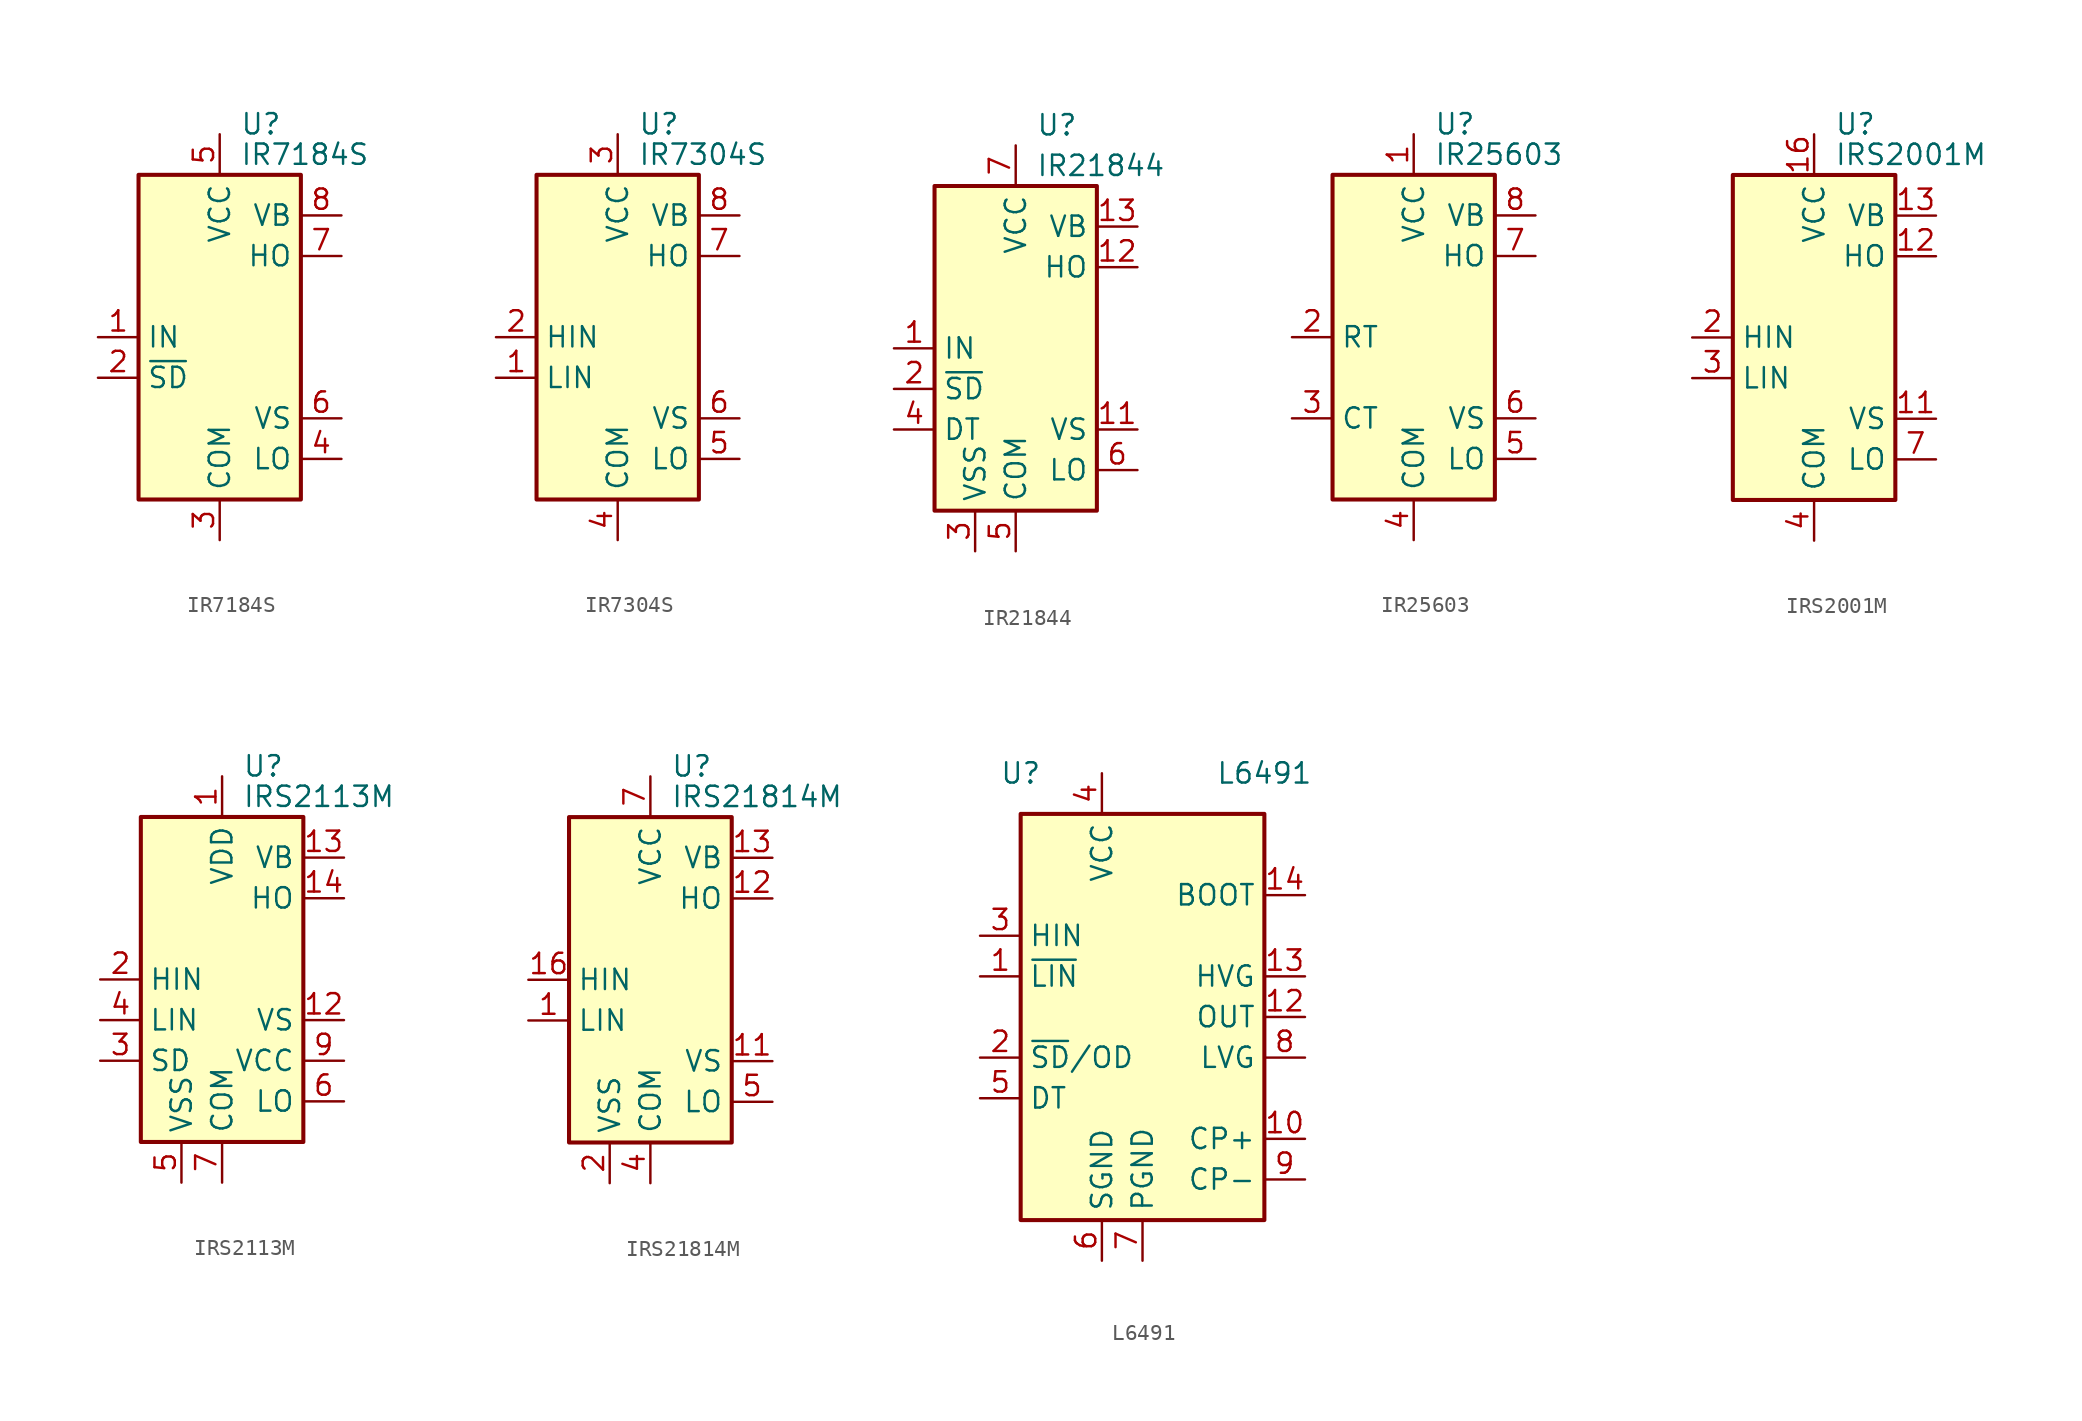
<source format=kicad_sym>
(kicad_symbol_lib
  (version 20211014)
  (generator kicad_symbol_editor)
  (symbol "IR7184S"
    (property "Reference" "U"
      (at 1.27 13.335 0)
      (effects (font (size 1.27 1.27)) (justify left)))
    (property "Value" "IR7184S"
      (at 1.27 11.43 0)
      (effects (font (size 1.27 1.27)) (justify left)))
    (symbol "IR7184S_0_1"
      (rectangle (start -5.08 -10.16) (end 5.08 10.16) (stroke (width 0.254) (type default) (color 0 0 0 0)) (fill (type background))))
    (symbol "IR7184S_1_1"
      (pin input line (at -7.62 0 0) (length 2.54) (name "IN" (effects (font (size 1.27 1.27)))) (number "1" (effects (font (size 1.27 1.27)))))
      (pin input line (at -7.62 -2.54 0) (length 2.54) (name "~{SD}" (effects (font (size 1.27 1.27)))) (number "2" (effects (font (size 1.27 1.27)))))
      (pin power_in line (at 0 -12.7 90) (length 2.54) (name "COM" (effects (font (size 1.27 1.27)))) (number "3" (effects (font (size 1.27 1.27)))))
      (pin output line (at 7.62 -7.62 180) (length 2.54) (name "LO" (effects (font (size 1.27 1.27)))) (number "4" (effects (font (size 1.27 1.27)))))
      (pin power_in line (at 0 12.7 270) (length 2.54) (name "VCC" (effects (font (size 1.27 1.27)))) (number "5" (effects (font (size 1.27 1.27)))))
      (pin passive line (at 7.62 -5.08 180) (length 2.54) (name "VS" (effects (font (size 1.27 1.27)))) (number "6" (effects (font (size 1.27 1.27)))))
      (pin output line (at 7.62 5.08 180) (length 2.54) (name "HO" (effects (font (size 1.27 1.27)))) (number "7" (effects (font (size 1.27 1.27)))))
      (pin passive line (at 7.62 7.62 180) (length 2.54) (name "VB" (effects (font (size 1.27 1.27)))) (number "8" (effects (font (size 1.27 1.27)))))))
  (symbol "IR7304S"
    (property "Reference" "U"
      (at 1.27 13.335 0)
      (effects (font (size 1.27 1.27)) (justify left)))
    (property "Value" "IR7304S"
      (at 1.27 11.43 0)
      (effects (font (size 1.27 1.27)) (justify left)))
    (symbol "IR7304S_0_1"
      (rectangle (start -5.08 -10.16) (end 5.08 10.16) (stroke (width 0.254) (type default) (color 0 0 0 0)) (fill (type background))))
    (symbol "IR7304S_1_1"
      (pin input line (at -7.62 -2.54 0) (length 2.54) (name "LIN" (effects (font (size 1.27 1.27)))) (number "1" (effects (font (size 1.27 1.27)))))
      (pin input line (at -7.62 0 0) (length 2.54) (name "HIN" (effects (font (size 1.27 1.27)))) (number "2" (effects (font (size 1.27 1.27)))))
      (pin power_in line (at 0 12.7 270) (length 2.54) (name "VCC" (effects (font (size 1.27 1.27)))) (number "3" (effects (font (size 1.27 1.27)))))
      (pin power_in line (at 0 -12.7 90) (length 2.54) (name "COM" (effects (font (size 1.27 1.27)))) (number "4" (effects (font (size 1.27 1.27)))))
      (pin output line (at 7.62 -7.62 180) (length 2.54) (name "LO" (effects (font (size 1.27 1.27)))) (number "5" (effects (font (size 1.27 1.27)))))
      (pin passive line (at 7.62 -5.08 180) (length 2.54) (name "VS" (effects (font (size 1.27 1.27)))) (number "6" (effects (font (size 1.27 1.27)))))
      (pin output line (at 7.62 5.08 180) (length 2.54) (name "HO" (effects (font (size 1.27 1.27)))) (number "7" (effects (font (size 1.27 1.27)))))
      (pin passive line (at 7.62 7.62 180) (length 2.54) (name "VB" (effects (font (size 1.27 1.27)))) (number "8" (effects (font (size 1.27 1.27)))))))
  (symbol "IR21844"
    (property "Reference" "U"
      (at 1.27 13.97 0)
      (effects (font (size 1.27 1.27)) (justify left)))
    (property "Value" "IR21844"
      (at 1.27 11.43 0)
      (effects (font (size 1.27 1.27)) (justify left)))
    (symbol "IR21844_0_1"
      (rectangle (start -5.08 -10.16) (end 5.08 10.16) (stroke (width 0.254) (type default) (color 0 0 0 0)) (fill (type background))))
    (symbol "IR21844_1_1"
      (pin input line (at -7.62 0 0) (length 2.54) (name "IN" (effects (font (size 1.27 1.27)))) (number "1" (effects (font (size 1.27 1.27)))))
      (pin no_connect line (at -5.08 2.54 0) (length 2.54) hide (name "NC" (effects (font (size 1.27 1.27)))) (number "10" (effects (font (size 1.27 1.27)))))
      (pin passive line (at 7.62 -5.08 180) (length 2.54) (name "VS" (effects (font (size 1.27 1.27)))) (number "11" (effects (font (size 1.27 1.27)))))
      (pin output line (at 7.62 5.08 180) (length 2.54) (name "HO" (effects (font (size 1.27 1.27)))) (number "12" (effects (font (size 1.27 1.27)))))
      (pin passive line (at 7.62 7.62 180) (length 2.54) (name "VB" (effects (font (size 1.27 1.27)))) (number "13" (effects (font (size 1.27 1.27)))))
      (pin no_connect line (at 5.08 2.54 180) (length 2.54) hide (name "NC" (effects (font (size 1.27 1.27)))) (number "14" (effects (font (size 1.27 1.27)))))
      (pin input line (at -7.62 -2.54 0) (length 2.54) (name "~{SD}" (effects (font (size 1.27 1.27)))) (number "2" (effects (font (size 1.27 1.27)))))
      (pin power_in line (at -2.54 -12.7 90) (length 2.54) (name "VSS" (effects (font (size 1.27 1.27)))) (number "3" (effects (font (size 1.27 1.27)))))
      (pin input line (at -7.62 -5.08 0) (length 2.54) (name "DT" (effects (font (size 1.27 1.27)))) (number "4" (effects (font (size 1.27 1.27)))))
      (pin power_in line (at 0 -12.7 90) (length 2.54) (name "COM" (effects (font (size 1.27 1.27)))) (number "5" (effects (font (size 1.27 1.27)))))
      (pin output line (at 7.62 -7.62 180) (length 2.54) (name "LO" (effects (font (size 1.27 1.27)))) (number "6" (effects (font (size 1.27 1.27)))))
      (pin power_in line (at 0 12.7 270) (length 2.54) (name "VCC" (effects (font (size 1.27 1.27)))) (number "7" (effects (font (size 1.27 1.27)))))
      (pin no_connect line (at -5.08 7.62 0) (length 2.54) hide (name "NC" (effects (font (size 1.27 1.27)))) (number "8" (effects (font (size 1.27 1.27)))))
      (pin no_connect line (at -5.08 5.08 0) (length 2.54) hide (name "NC" (effects (font (size 1.27 1.27)))) (number "9" (effects (font (size 1.27 1.27)))))))
  (symbol "IR25603"
    (property "Reference" "U"
      (at 1.27 13.335 0)
      (effects (font (size 1.27 1.27)) (justify left)))
    (property "Value" "IR25603"
      (at 1.27 11.43 0)
      (effects (font (size 1.27 1.27)) (justify left)))
    (symbol "IR25603_0_1"
      (rectangle (start -5.08 -10.16) (end 5.08 10.16) (stroke (width 0.254) (type default) (color 0 0 0 0)) (fill (type background))))
    (symbol "IR25603_1_1"
      (pin power_in line (at 0 12.7 270) (length 2.54) (name "VCC" (effects (font (size 1.27 1.27)))) (number "1" (effects (font (size 1.27 1.27)))))
      (pin passive line (at -7.62 0 0) (length 2.54) (name "RT" (effects (font (size 1.27 1.27)))) (number "2" (effects (font (size 1.27 1.27)))))
      (pin passive line (at -7.62 -5.08 0) (length 2.54) (name "CT" (effects (font (size 1.27 1.27)))) (number "3" (effects (font (size 1.27 1.27)))))
      (pin power_in line (at 0 -12.7 90) (length 2.54) (name "COM" (effects (font (size 1.27 1.27)))) (number "4" (effects (font (size 1.27 1.27)))))
      (pin output line (at 7.62 -7.62 180) (length 2.54) (name "LO" (effects (font (size 1.27 1.27)))) (number "5" (effects (font (size 1.27 1.27)))))
      (pin passive line (at 7.62 -5.08 180) (length 2.54) (name "VS" (effects (font (size 1.27 1.27)))) (number "6" (effects (font (size 1.27 1.27)))))
      (pin output line (at 7.62 5.08 180) (length 2.54) (name "HO" (effects (font (size 1.27 1.27)))) (number "7" (effects (font (size 1.27 1.27)))))
      (pin passive line (at 7.62 7.62 180) (length 2.54) (name "VB" (effects (font (size 1.27 1.27)))) (number "8" (effects (font (size 1.27 1.27)))))))
  (symbol "IRS2001M"
    (property "Reference" "U"
      (at 1.27 13.335 0)
      (effects (font (size 1.27 1.27)) (justify left)))
    (property "Value" "IRS2001M"
      (at 1.27 11.43 0)
      (effects (font (size 1.27 1.27)) (justify left)))
    (symbol "IRS2001M_0_1"
      (rectangle (start -5.08 -10.16) (end 5.08 10.16) (stroke (width 0.254) (type default) (color 0 0 0 0)) (fill (type background))))
    (symbol "IRS2001M_1_1"
      (pin no_connect line (at -5.08 7.62 0) (length 2.54) hide (name "NC" (effects (font (size 1.27 1.27)))) (number "1" (effects (font (size 1.27 1.27)))))
      (pin passive line (at 7.62 -5.08 180) (length 2.54) (name "VS" (effects (font (size 1.27 1.27)))) (number "11" (effects (font (size 1.27 1.27)))))
      (pin output line (at 7.62 5.08 180) (length 2.54) (name "HO" (effects (font (size 1.27 1.27)))) (number "12" (effects (font (size 1.27 1.27)))))
      (pin passive line (at 7.62 7.62 180) (length 2.54) (name "VB" (effects (font (size 1.27 1.27)))) (number "13" (effects (font (size 1.27 1.27)))))
      (pin no_connect line (at 5.08 -2.54 180) (length 2.54) hide (name "NC" (effects (font (size 1.27 1.27)))) (number "14" (effects (font (size 1.27 1.27)))))
      (pin power_in line (at 0 12.7 270) (length 2.54) (name "VCC" (effects (font (size 1.27 1.27)))) (number "16" (effects (font (size 1.27 1.27)))))
      (pin passive line (at 0 -12.7 90) (length 2.54) hide (name "COM" (effects (font (size 1.27 1.27)))) (number "17" (effects (font (size 1.27 1.27)))))
      (pin input line (at -7.62 0 0) (length 2.54) (name "HIN" (effects (font (size 1.27 1.27)))) (number "2" (effects (font (size 1.27 1.27)))))
      (pin input line (at -7.62 -2.54 0) (length 2.54) (name "LIN" (effects (font (size 1.27 1.27)))) (number "3" (effects (font (size 1.27 1.27)))))
      (pin power_in line (at 0 -12.7 90) (length 2.54) (name "COM" (effects (font (size 1.27 1.27)))) (number "4" (effects (font (size 1.27 1.27)))))
      (pin no_connect line (at -5.08 5.08 0) (length 2.54) hide (name "NC" (effects (font (size 1.27 1.27)))) (number "5" (effects (font (size 1.27 1.27)))))
      (pin no_connect line (at -5.08 2.54 0) (length 2.54) hide (name "NC" (effects (font (size 1.27 1.27)))) (number "6" (effects (font (size 1.27 1.27)))))
      (pin output line (at 7.62 -7.62 180) (length 2.54) (name "LO" (effects (font (size 1.27 1.27)))) (number "7" (effects (font (size 1.27 1.27)))))
      (pin no_connect line (at 5.08 2.54 180) (length 2.54) hide (name "NC" (effects (font (size 1.27 1.27)))) (number "8" (effects (font (size 1.27 1.27)))))
      (pin no_connect line (at 5.08 0 180) (length 2.54) hide (name "NC" (effects (font (size 1.27 1.27)))) (number "9" (effects (font (size 1.27 1.27)))))))
  (symbol "IRS2113M"
    (property "Reference" "U"
      (at 1.27 13.335 0)
      (effects (font (size 1.27 1.27)) (justify left)))
    (property "Value" "IRS2113M"
      (at 1.27 11.43 0)
      (effects (font (size 1.27 1.27)) (justify left)))
    (symbol "IRS2113M_0_1"
      (rectangle (start -5.08 -10.16) (end 5.08 10.16) (stroke (width 0.254) (type default) (color 0 0 0 0)) (fill (type background))))
    (symbol "IRS2113M_1_1"
      (pin power_in line (at 0 12.7 270) (length 2.54) (name "VDD" (effects (font (size 1.27 1.27)))) (number "1" (effects (font (size 1.27 1.27)))))
      (pin no_connect line (at -5.08 5.08 0) (length 2.54) hide (name "NC" (effects (font (size 1.27 1.27)))) (number "11" (effects (font (size 1.27 1.27)))))
      (pin passive line (at 7.62 -2.54 180) (length 2.54) (name "VS" (effects (font (size 1.27 1.27)))) (number "12" (effects (font (size 1.27 1.27)))))
      (pin passive line (at 7.62 7.62 180) (length 2.54) (name "VB" (effects (font (size 1.27 1.27)))) (number "13" (effects (font (size 1.27 1.27)))))
      (pin output line (at 7.62 5.08 180) (length 2.54) (name "HO" (effects (font (size 1.27 1.27)))) (number "14" (effects (font (size 1.27 1.27)))))
      (pin no_connect line (at -5.08 2.54 0) (length 2.54) hide (name "NC" (effects (font (size 1.27 1.27)))) (number "16" (effects (font (size 1.27 1.27)))))
      (pin passive line (at 0 -12.7 90) (length 2.54) hide (name "COM" (effects (font (size 1.27 1.27)))) (number "17" (effects (font (size 1.27 1.27)))))
      (pin input line (at -7.62 0 0) (length 2.54) (name "HIN" (effects (font (size 1.27 1.27)))) (number "2" (effects (font (size 1.27 1.27)))))
      (pin input line (at -7.62 -5.08 0) (length 2.54) (name "SD" (effects (font (size 1.27 1.27)))) (number "3" (effects (font (size 1.27 1.27)))))
      (pin input line (at -7.62 -2.54 0) (length 2.54) (name "LIN" (effects (font (size 1.27 1.27)))) (number "4" (effects (font (size 1.27 1.27)))))
      (pin power_in line (at -2.54 -12.7 90) (length 2.54) (name "VSS" (effects (font (size 1.27 1.27)))) (number "5" (effects (font (size 1.27 1.27)))))
      (pin output line (at 7.62 -7.62 180) (length 2.54) (name "LO" (effects (font (size 1.27 1.27)))) (number "6" (effects (font (size 1.27 1.27)))))
      (pin power_in line (at 0 -12.7 90) (length 2.54) (name "COM" (effects (font (size 1.27 1.27)))) (number "7" (effects (font (size 1.27 1.27)))))
      (pin no_connect line (at -5.08 7.62 0) (length 2.54) hide (name "NC" (effects (font (size 1.27 1.27)))) (number "8" (effects (font (size 1.27 1.27)))))
      (pin power_in line (at 7.62 -5.08 180) (length 2.54) (name "VCC" (effects (font (size 1.27 1.27)))) (number "9" (effects (font (size 1.27 1.27)))))))
  (symbol "IRS21814M"
    (property "Reference" "U"
      (at 1.27 13.335 0)
      (effects (font (size 1.27 1.27)) (justify left)))
    (property "Value" "IRS21814M"
      (at 1.27 11.43 0)
      (effects (font (size 1.27 1.27)) (justify left)))
    (symbol "IRS21814M_0_1"
      (rectangle (start -5.08 -10.16) (end 5.08 10.16) (stroke (width 0.254) (type default) (color 0 0 0 0)) (fill (type background))))
    (symbol "IRS21814M_1_1"
      (pin input line (at -7.62 -2.54 0) (length 2.54) (name "LIN" (effects (font (size 1.27 1.27)))) (number "1" (effects (font (size 1.27 1.27)))))
      (pin passive line (at 7.62 -5.08 180) (length 2.54) (name "VS" (effects (font (size 1.27 1.27)))) (number "11" (effects (font (size 1.27 1.27)))))
      (pin output line (at 7.62 5.08 180) (length 2.54) (name "HO" (effects (font (size 1.27 1.27)))) (number "12" (effects (font (size 1.27 1.27)))))
      (pin passive line (at 7.62 7.62 180) (length 2.54) (name "VB" (effects (font (size 1.27 1.27)))) (number "13" (effects (font (size 1.27 1.27)))))
      (pin no_connect line (at 5.08 0 180) (length 2.54) hide (name "NC" (effects (font (size 1.27 1.27)))) (number "14" (effects (font (size 1.27 1.27)))))
      (pin input line (at -7.62 0 0) (length 2.54) (name "HIN" (effects (font (size 1.27 1.27)))) (number "16" (effects (font (size 1.27 1.27)))))
      (pin passive line (at 0 -12.7 90) (length 2.54) hide (name "COM" (effects (font (size 1.27 1.27)))) (number "17" (effects (font (size 1.27 1.27)))))
      (pin power_in line (at -2.54 -12.7 90) (length 2.54) (name "VSS" (effects (font (size 1.27 1.27)))) (number "2" (effects (font (size 1.27 1.27)))))
      (pin no_connect line (at -5.08 7.62 0) (length 2.54) hide (name "NC" (effects (font (size 1.27 1.27)))) (number "3" (effects (font (size 1.27 1.27)))))
      (pin power_in line (at 0 -12.7 90) (length 2.54) (name "COM" (effects (font (size 1.27 1.27)))) (number "4" (effects (font (size 1.27 1.27)))))
      (pin output line (at 7.62 -7.62 180) (length 2.54) (name "LO" (effects (font (size 1.27 1.27)))) (number "5" (effects (font (size 1.27 1.27)))))
      (pin no_connect line (at -5.08 5.08 0) (length 2.54) hide (name "NC" (effects (font (size 1.27 1.27)))) (number "6" (effects (font (size 1.27 1.27)))))
      (pin power_in line (at 0 12.7 270) (length 2.54) (name "VCC" (effects (font (size 1.27 1.27)))) (number "7" (effects (font (size 1.27 1.27)))))
      (pin no_connect line (at -5.08 2.54 0) (length 2.54) hide (name "NC" (effects (font (size 1.27 1.27)))) (number "8" (effects (font (size 1.27 1.27)))))
      (pin no_connect line (at 5.08 2.54 180) (length 2.54) hide (name "NC" (effects (font (size 1.27 1.27)))) (number "9" (effects (font (size 1.27 1.27)))))))
  (symbol "L6491"
    (property "Reference" "U"
      (at -7.62 15.24 0)
      (effects (font (size 1.27 1.27))))
    (property "Value" "L6491"
      (at 7.62 15.24 0)
      (effects (font (size 1.27 1.27))))
    (symbol "L6491_0_1"
      (rectangle (start -7.62 -12.7) (end 7.62 12.7) (stroke (width 0.254) (type default) (color 0 0 0 0)) (fill (type background))))
    (symbol "L6491_1_1"
      (pin input line (at -10.16 2.54 0) (length 2.54) (name "~{LIN}" (effects (font (size 1.27 1.27)))) (number "1" (effects (font (size 1.27 1.27)))))
      (pin input line (at 10.16 -7.62 180) (length 2.54) (name "CP+" (effects (font (size 1.27 1.27)))) (number "10" (effects (font (size 1.27 1.27)))))
      (pin no_connect line (at 7.62 -5.08 180) (length 2.54) hide (name "NC" (effects (font (size 1.27 1.27)))) (number "11" (effects (font (size 1.27 1.27)))))
      (pin input line (at 10.16 0 180) (length 2.54) (name "OUT" (effects (font (size 1.27 1.27)))) (number "12" (effects (font (size 1.27 1.27)))))
      (pin output line (at 10.16 2.54 180) (length 2.54) (name "HVG" (effects (font (size 1.27 1.27)))) (number "13" (effects (font (size 1.27 1.27)))))
      (pin passive line (at 10.16 7.62 180) (length 2.54) (name "BOOT" (effects (font (size 1.27 1.27)))) (number "14" (effects (font (size 1.27 1.27)))))
      (pin input line (at -10.16 -2.54 0) (length 2.54) (name "~{SD}/OD" (effects (font (size 1.27 1.27)))) (number "2" (effects (font (size 1.27 1.27)))))
      (pin input line (at -10.16 5.08 0) (length 2.54) (name "HIN" (effects (font (size 1.27 1.27)))) (number "3" (effects (font (size 1.27 1.27)))))
      (pin power_in line (at -2.54 15.24 270) (length 2.54) (name "VCC" (effects (font (size 1.27 1.27)))) (number "4" (effects (font (size 1.27 1.27)))))
      (pin input line (at -10.16 -5.08 0) (length 2.54) (name "DT" (effects (font (size 1.27 1.27)))) (number "5" (effects (font (size 1.27 1.27)))))
      (pin power_in line (at -2.54 -15.24 90) (length 2.54) (name "SGND" (effects (font (size 1.27 1.27)))) (number "6" (effects (font (size 1.27 1.27)))))
      (pin power_in line (at 0 -15.24 90) (length 2.54) (name "PGND" (effects (font (size 1.27 1.27)))) (number "7" (effects (font (size 1.27 1.27)))))
      (pin output line (at 10.16 -2.54 180) (length 2.54) (name "LVG" (effects (font (size 1.27 1.27)))) (number "8" (effects (font (size 1.27 1.27)))))
      (pin input line (at 10.16 -10.16 180) (length 2.54) (name "CP-" (effects (font (size 1.27 1.27)))) (number "9" (effects (font (size 1.27 1.27))))))))
</source>
